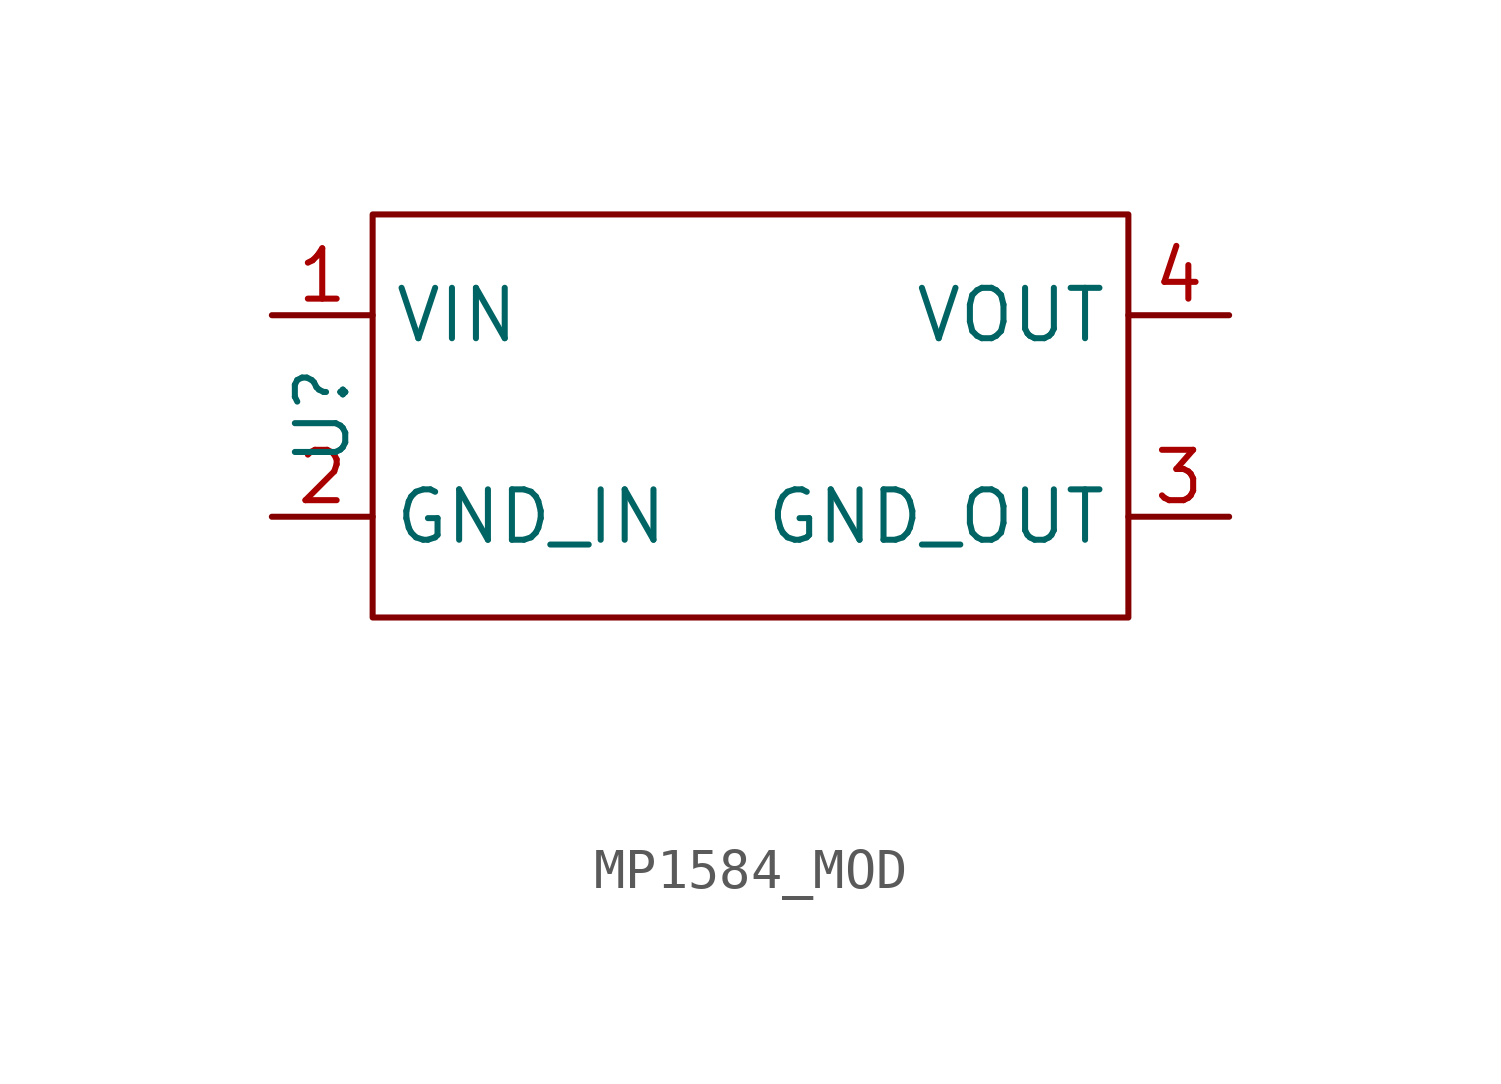
<source format=kicad_sym>
(kicad_symbol_lib
  (version 20220914)
  (generator kicad_symbol_editor)
  (symbol "MP1584_MOD"
    (property "Reference" "U"
      (at -10.16 0 90)
      (effects (font (size 1.27 1.27))))
    (property "Value" ""
      (at -7.62 -8.89 0)
      (effects (font (size 1.27 1.27))))
    (symbol "MP1584_MOD_0_1"
      (rectangle (start -8.89 5.08) (end 10.16 -5.08) (stroke (width 0) (type default)) (fill (type none))))
    (symbol "MP1584_MOD_1_1"
      (pin power_in line (at -11.43 2.54 0) (length 2.54) (name "VIN" (effects (font (size 1.27 1.27)))) (number "1" (effects (font (size 1.27 1.27)))))
      (pin power_in line (at -11.43 -2.54 0) (length 2.54) (name "GND_IN" (effects (font (size 1.27 1.27)))) (number "2" (effects (font (size 1.27 1.27)))))
      (pin power_in line (at 12.7 -2.54 180) (length 2.54) (name "GND_OUT" (effects (font (size 1.27 1.27)))) (number "3" (effects (font (size 1.27 1.27)))))
      (pin power_out line (at 12.7 2.54 180) (length 2.54) (name "VOUT" (effects (font (size 1.27 1.27)))) (number "4" (effects (font (size 1.27 1.27))))))))
</source>
